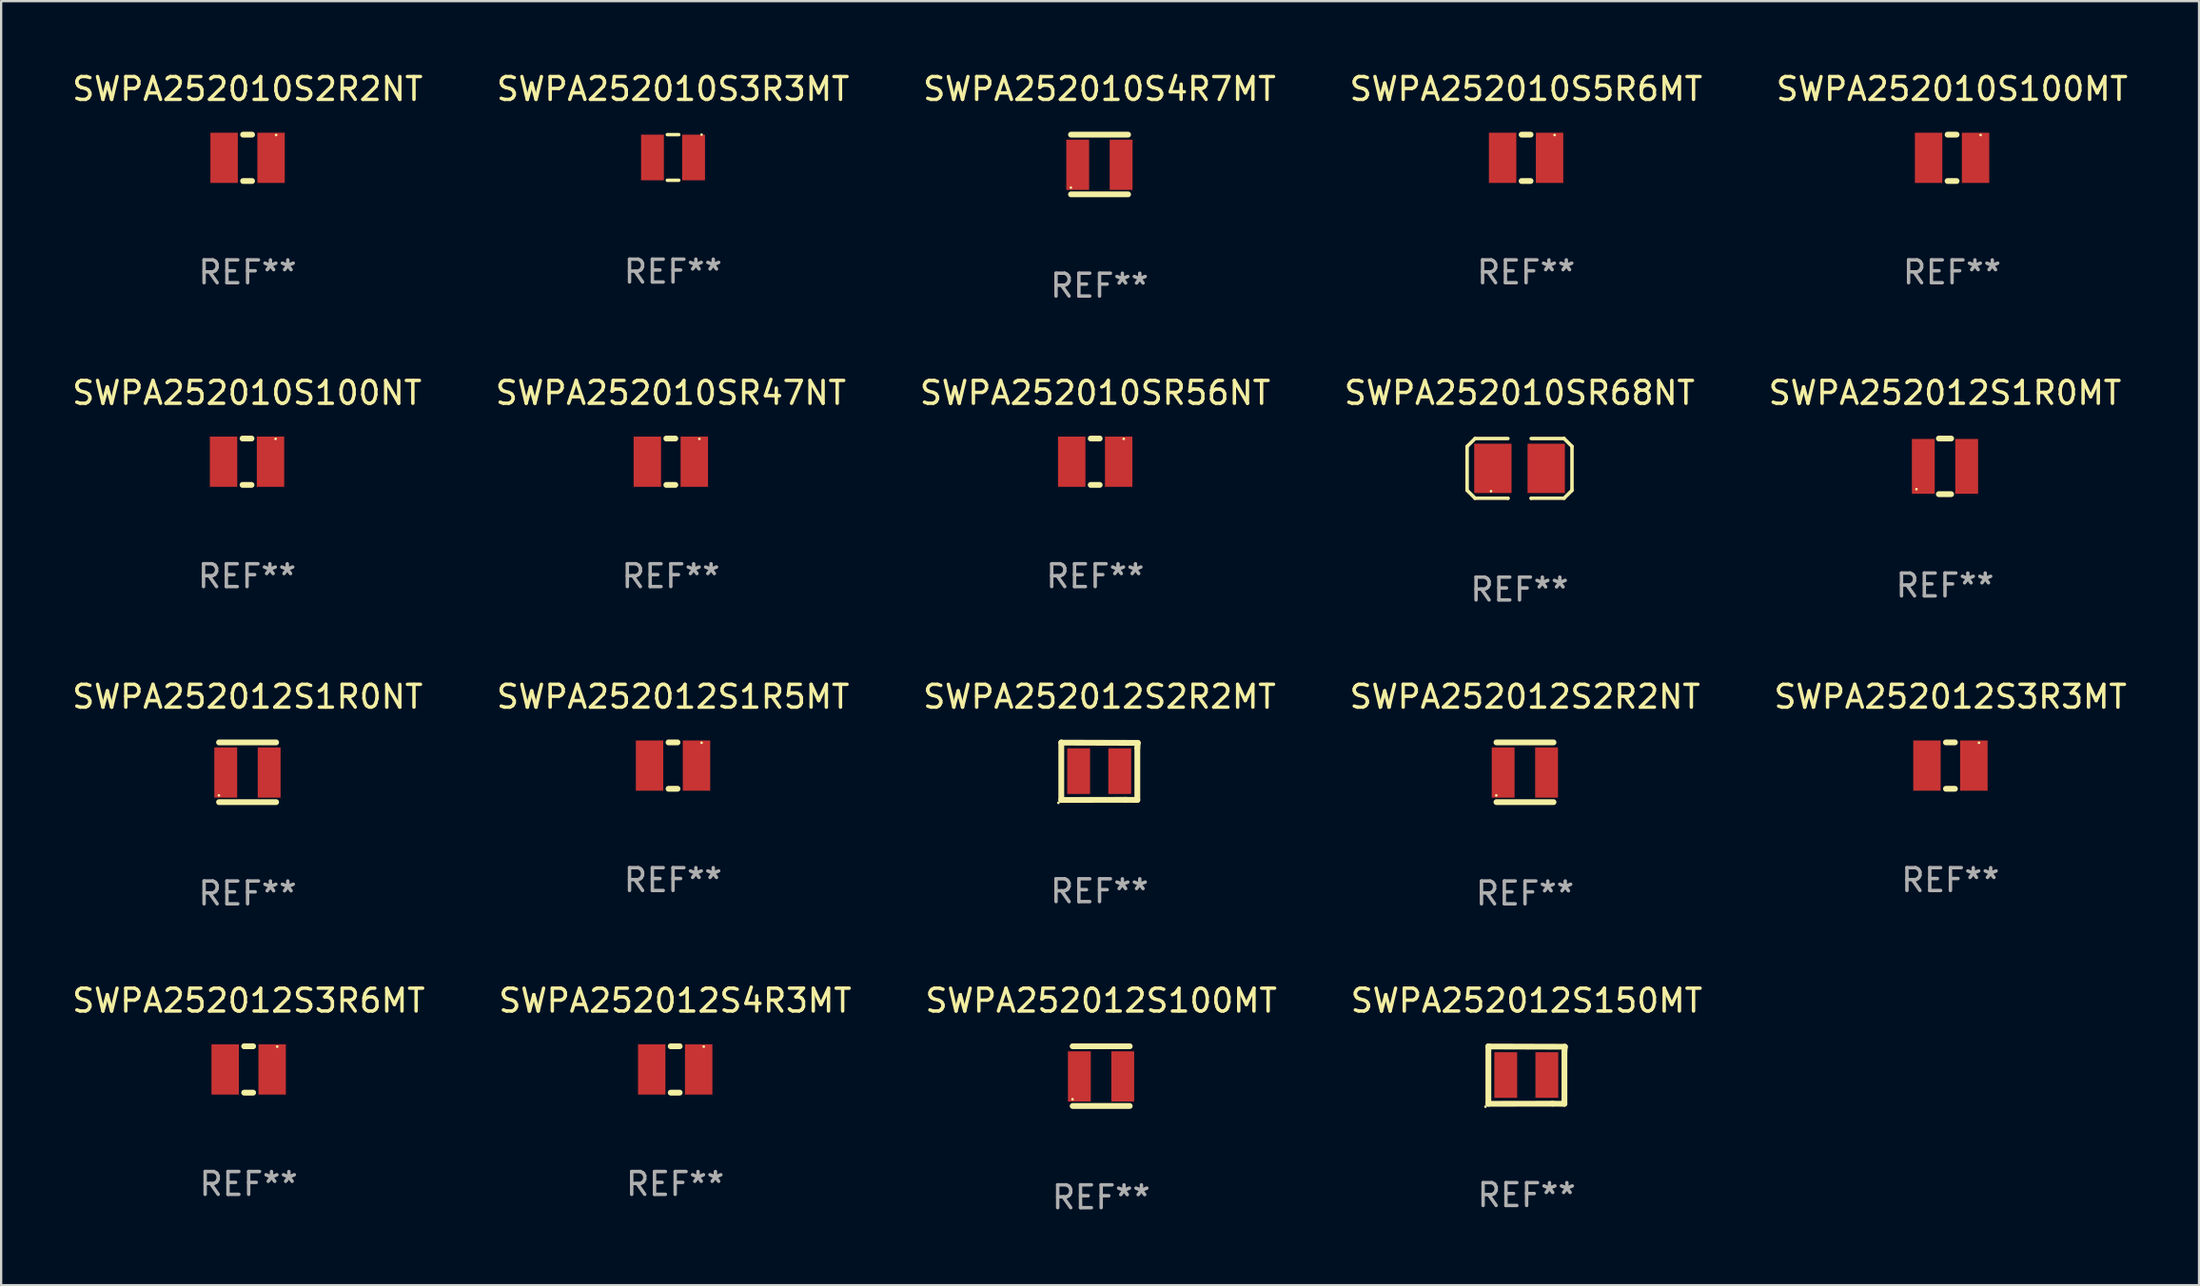
<source format=kicad_pcb>
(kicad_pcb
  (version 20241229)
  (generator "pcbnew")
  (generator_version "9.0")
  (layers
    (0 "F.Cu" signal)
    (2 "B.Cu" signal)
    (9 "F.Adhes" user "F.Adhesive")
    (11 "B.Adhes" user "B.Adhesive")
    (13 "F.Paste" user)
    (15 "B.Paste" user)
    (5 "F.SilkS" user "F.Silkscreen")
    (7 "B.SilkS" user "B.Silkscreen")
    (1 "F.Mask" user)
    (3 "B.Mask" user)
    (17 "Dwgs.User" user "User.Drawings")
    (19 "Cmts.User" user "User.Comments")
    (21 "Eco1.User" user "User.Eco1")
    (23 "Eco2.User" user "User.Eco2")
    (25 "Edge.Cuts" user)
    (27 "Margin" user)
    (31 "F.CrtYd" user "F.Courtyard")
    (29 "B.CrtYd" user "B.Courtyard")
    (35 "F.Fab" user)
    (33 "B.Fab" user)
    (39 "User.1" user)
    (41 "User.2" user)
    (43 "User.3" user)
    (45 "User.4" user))
  (footprint "SWPA252012S1R0MT"
    (layer "F.Cu")
    (at 82.125 17.38)
    (property "Reference" "SWPA252012S1R0MT" (at 0 -3.219 0) (layer "F.SilkS") (effects (font (size 1 1) (thickness 0.15))))
    (attr through_hole)
    (fp_line (start -0.27 1.219) (end 0.269 1.219) (stroke (width 0.254) (type solid)) (layer "F.SilkS"))
    (fp_line (start -0.269 -1.219) (end 0.27 -1.219) (stroke (width 0.254) (type solid)) (layer "F.SilkS"))
    (fp_circle (center -1.25 1) (end -1.22 1) (stroke (width 0.06) (type solid)) (fill no) (layer "F.SilkS"))
    (fp_text user "REF**" (at 0 5.219 0) (layer "F.Fab") (effects (font (size 1 1) (thickness 0.15))))
    (pad "1" smd rect (at -0.95 0) (size 1 2.4) (layers "F.Cu" "F.Mask" "F.Paste"))
    (pad "2" smd rect (at 0.95 0) (size 1 2.4) (layers "F.Cu" "F.Mask" "F.Paste")))
  (footprint "SWPA252012S100MT"
    (layer "F.Cu")
    (at 45.173 44.094)
    (property "Reference" "SWPA252012S100MT" (at 0 -3.308 0) (layer "F.SilkS") (effects (font (size 1 1) (thickness 0.15))))
    (attr through_hole)
    (fp_line (start -1.25 -1.308) (end 1.25 -1.308) (stroke (width 0.254) (type solid)) (layer "F.SilkS"))
    (fp_line (start -1.25 1.308) (end 1.25 1.308) (stroke (width 0.254) (type solid)) (layer "F.SilkS"))
    (fp_circle (center -1.255 1.013) (end -1.225 1.013) (stroke (width 0.06) (type solid)) (fill no) (layer "F.SilkS"))
    (fp_text user "REF**" (at 0 5.308 0) (layer "F.Fab") (effects (font (size 1 1) (thickness 0.15))))
    (pad "1" smd rect (at -0.956 0.013) (size 1 2.2) (layers "F.Cu" "F.Mask" "F.Paste"))
    (pad "2" smd rect (at 0.945 0.013) (size 1 2.2) (layers "F.Cu" "F.Mask" "F.Paste")))
  (footprint "SWPA252010S100MT"
    (layer "F.Cu")
    (at 82.435 3.864)
    (property "Reference" "SWPA252010S100MT" (at 0 -3.016 0) (layer "F.SilkS") (effects (font (size 1 1) (thickness 0.15))))
    (attr through_hole)
    (fp_line (start -0.197 1.016) (end 0.197 1.016) (stroke (width 0.254) (type solid)) (layer "F.SilkS"))
    (fp_line (start 0.197 -1.016) (end -0.197 -1.016) (stroke (width 0.254) (type solid)) (layer "F.SilkS"))
    (fp_circle (center 1.25 -1) (end 1.28 -1) (stroke (width 0.06) (type solid)) (fill no) (layer "F.SilkS"))
    (fp_text user "REF**" (at 0 5.016 0) (layer "F.Fab") (effects (font (size 1 1) (thickness 0.15))))
    (pad "1" smd rect (at 1.028 0) (size 1.2 2.2) (layers "F.Cu" "F.Mask" "F.Paste"))
    (pad "2" smd rect (at -1.028 0) (size 1.2 2.2) (layers "F.Cu" "F.Mask" "F.Paste")))
  (footprint "SWPA252012S3R6MT"
    (layer "F.Cu")
    (at 7.839 43.802)
    (property "Reference" "SWPA252012S3R6MT" (at 0 -3.016 0) (layer "F.SilkS") (effects (font (size 1 1) (thickness 0.15))))
    (attr through_hole)
    (fp_line (start -0.197 1.016) (end 0.197 1.016) (stroke (width 0.254) (type solid)) (layer "F.SilkS"))
    (fp_line (start 0.197 -1.016) (end -0.197 -1.016) (stroke (width 0.254) (type solid)) (layer "F.SilkS"))
    (fp_circle (center 1.25 -1) (end 1.28 -1) (stroke (width 0.06) (type solid)) (fill no) (layer "F.SilkS"))
    (fp_text user "REF**" (at 0 5.016 0) (layer "F.Fab") (effects (font (size 1 1) (thickness 0.15))))
    (pad "1" smd rect (at 1.028 0) (size 1.2 2.2) (layers "F.Cu" "F.Mask" "F.Paste"))
    (pad "2" smd rect (at -1.028 0) (size 1.2 2.2) (layers "F.Cu" "F.Mask" "F.Paste")))
  (footprint "SWPA252012S3R3MT"
    (layer "F.Cu")
    (at 82.363 30.49)
    (property "Reference" "SWPA252012S3R3MT" (at 0 -3.016 0) (layer "F.SilkS") (effects (font (size 1 1) (thickness 0.15))))
    (attr through_hole)
    (fp_line (start -0.197 1.016) (end 0.197 1.016) (stroke (width 0.254) (type solid)) (layer "F.SilkS"))
    (fp_line (start 0.197 -1.016) (end -0.197 -1.016) (stroke (width 0.254) (type solid)) (layer "F.SilkS"))
    (fp_circle (center 1.25 -1) (end 1.28 -1) (stroke (width 0.06) (type solid)) (fill no) (layer "F.SilkS"))
    (fp_text user "REF**" (at 0 5.016 0) (layer "F.Fab") (effects (font (size 1 1) (thickness 0.15))))
    (pad "1" smd rect (at 1.028 0) (size 1.2 2.2) (layers "F.Cu" "F.Mask" "F.Paste"))
    (pad "2" smd rect (at -1.028 0) (size 1.2 2.2) (layers "F.Cu" "F.Mask" "F.Paste")))
  (footprint "SWPA252010S3R3MT"
    (layer "F.Cu")
    (at 26.423 3.848)
    (property "Reference" "SWPA252010S3R3MT" (at 0 -3 0) (layer "F.SilkS") (effects (font (size 1 1) (thickness 0.15))))
    (attr through_hole)
    (fp_line (start -0.25 -1) (end 0.25 -1) (stroke (width 0.152) (type solid)) (layer "F.SilkS"))
    (fp_line (start -0.25 1) (end 0.25 1) (stroke (width 0.152) (type solid)) (layer "F.SilkS"))
    (fp_circle (center 1.25 -1) (end 1.28 -1) (stroke (width 0.06) (type solid)) (fill no) (layer "F.SilkS"))
    (fp_text user "REF**" (at 0 5 0) (layer "F.Fab") (effects (font (size 1 1) (thickness 0.15))))
    (pad "1" smd rect (at 0.9 0.000076) (size 1 2) (layers "F.Cu" "F.Mask" "F.Paste"))
    (pad "2" smd rect (at -0.9 0.000076) (size 1 2) (layers "F.Cu" "F.Mask" "F.Paste")))
  (footprint "SWPA252010SR56NT"
    (layer "F.Cu")
    (at 44.911 17.177)
    (property "Reference" "SWPA252010SR56NT" (at 0 -3.016 0) (layer "F.SilkS") (effects (font (size 1 1) (thickness 0.15))))
    (attr through_hole)
    (fp_line (start -0.197 1.016) (end 0.197 1.016) (stroke (width 0.254) (type solid)) (layer "F.SilkS"))
    (fp_line (start 0.197 -1.016) (end -0.197 -1.016) (stroke (width 0.254) (type solid)) (layer "F.SilkS"))
    (fp_circle (center 1.25 -1) (end 1.28 -1) (stroke (width 0.06) (type solid)) (fill no) (layer "F.SilkS"))
    (fp_text user "REF**" (at 0 5.016 0) (layer "F.Fab") (effects (font (size 1 1) (thickness 0.15))))
    (pad "1" smd rect (at 1.028 0) (size 1.2 2.2) (layers "F.Cu" "F.Mask" "F.Paste"))
    (pad "2" smd rect (at -1.028 0) (size 1.2 2.2) (layers "F.Cu" "F.Mask" "F.Paste")))
  (footprint "SWPA252010S4R7MT"
    (layer "F.Cu")
    (at 45.101 4.156)
    (property "Reference" "SWPA252010S4R7MT" (at 0 -3.308 0) (layer "F.SilkS") (effects (font (size 1 1) (thickness 0.15))))
    (attr through_hole)
    (fp_line (start -1.25 -1.308) (end 1.25 -1.308) (stroke (width 0.254) (type solid)) (layer "F.SilkS"))
    (fp_line (start -1.25 1.308) (end 1.25 1.308) (stroke (width 0.254) (type solid)) (layer "F.SilkS"))
    (fp_circle (center -1.255 1.013) (end -1.225 1.013) (stroke (width 0.06) (type solid)) (fill no) (layer "F.SilkS"))
    (fp_text user "REF**" (at 0 5.308 0) (layer "F.Fab") (effects (font (size 1 1) (thickness 0.15))))
    (pad "1" smd rect (at -0.956 0.013) (size 1 2.2) (layers "F.Cu" "F.Mask" "F.Paste"))
    (pad "2" smd rect (at 0.945 0.013) (size 1 2.2) (layers "F.Cu" "F.Mask" "F.Paste")))
  (footprint "SWPA252012S4R3MT"
    (layer "F.Cu")
    (at 26.518 43.802)
    (property "Reference" "SWPA252012S4R3MT" (at 0 -3.016 0) (layer "F.SilkS") (effects (font (size 1 1) (thickness 0.15))))
    (attr through_hole)
    (fp_line (start -0.197 1.016) (end 0.197 1.016) (stroke (width 0.254) (type solid)) (layer "F.SilkS"))
    (fp_line (start 0.197 -1.016) (end -0.197 -1.016) (stroke (width 0.254) (type solid)) (layer "F.SilkS"))
    (fp_circle (center 1.25 -1) (end 1.28 -1) (stroke (width 0.06) (type solid)) (fill no) (layer "F.SilkS"))
    (fp_text user "REF**" (at 0 5.016 0) (layer "F.Fab") (effects (font (size 1 1) (thickness 0.15))))
    (pad "1" smd rect (at 1.028 0) (size 1.2 2.2) (layers "F.Cu" "F.Mask" "F.Paste"))
    (pad "2" smd rect (at -1.028 0) (size 1.2 2.2) (layers "F.Cu" "F.Mask" "F.Paste")))
  (footprint "SWPA252010SR68NT"
    (layer "F.Cu")
    (at 63.494 17.469)
    (property "Reference" "SWPA252010SR68NT" (at 0 -3.308 0) (layer "F.SilkS") (effects (font (size 1 1) (thickness 0.15))))
    (attr through_hole)
    (fp_line (start -2.296 -0.96) (end -1.948 -1.308) (stroke (width 0.152) (type solid)) (layer "F.SilkS"))
    (fp_line (start -2.296 0.96) (end -2.296 -0.96) (stroke (width 0.152) (type solid)) (layer "F.SilkS"))
    (fp_line (start -1.948 -1.308) (end -0.508 -1.308) (stroke (width 0.152) (type solid)) (layer "F.SilkS"))
    (fp_line (start -1.948 1.308) (end -2.296 0.96) (stroke (width 0.152) (type solid)) (layer "F.SilkS"))
    (fp_line (start -0.508 1.308) (end -1.948 1.308) (stroke (width 0.152) (type solid)) (layer "F.SilkS"))
    (fp_line (start -0.508 1.308) (end -0.508 1.308) (stroke (width 0.152) (type solid)) (layer "F.SilkS"))
    (fp_line (start 0.508 1.308) (end 0.508 1.308) (stroke (width 0.152) (type solid)) (layer "F.SilkS"))
    (fp_line (start 0.508 1.308) (end 1.948 1.308) (stroke (width 0.152) (type solid)) (layer "F.SilkS"))
    (fp_line (start 1.948 -1.308) (end 0.508 -1.308) (stroke (width 0.152) (type solid)) (layer "F.SilkS"))
    (fp_line (start 1.948 1.308) (end 2.296 0.963) (stroke (width 0.152) (type solid)) (layer "F.SilkS"))
    (fp_line (start 2.296 -0.963) (end 1.948 -1.308) (stroke (width 0.152) (type solid)) (layer "F.SilkS"))
    (fp_line (start 2.296 0.963) (end 2.296 -0.963) (stroke (width 0.152) (type solid)) (layer "F.SilkS"))
    (fp_circle (center -1.25 1) (end -1.22 1) (stroke (width 0.06) (type solid)) (fill no) (layer "F.SilkS"))
    (fp_text user "REF**" (at 0 5.308 0) (layer "F.Fab") (effects (font (size 1 1) (thickness 0.15))))
    (pad "1" smd rect (at -1.168 0.000025) (size 1.635 2.16) (layers "F.Cu" "F.Mask" "F.Paste"))
    (pad "2" smd rect (at 1.168 0.000025) (size 1.635 2.16) (layers "F.Cu" "F.Mask" "F.Paste")))
  (footprint "SWPA252012S2R2NT"
    (layer "F.Cu")
    (at 63.732 30.782)
    (property "Reference" "SWPA252012S2R2NT" (at 0 -3.308 0) (layer "F.SilkS") (effects (font (size 1 1) (thickness 0.15))))
    (attr through_hole)
    (fp_line (start -1.25 -1.308) (end 1.25 -1.308) (stroke (width 0.254) (type solid)) (layer "F.SilkS"))
    (fp_line (start -1.25 1.308) (end 1.25 1.308) (stroke (width 0.254) (type solid)) (layer "F.SilkS"))
    (fp_circle (center -1.255 1.013) (end -1.225 1.013) (stroke (width 0.06) (type solid)) (fill no) (layer "F.SilkS"))
    (fp_text user "REF**" (at 0 5.308 0) (layer "F.Fab") (effects (font (size 1 1) (thickness 0.15))))
    (pad "1" smd rect (at -0.956 0.013) (size 1 2.2) (layers "F.Cu" "F.Mask" "F.Paste"))
    (pad "2" smd rect (at 0.945 0.013) (size 1 2.2) (layers "F.Cu" "F.Mask" "F.Paste")))
  (footprint "SWPA252012S2R2MT"
    (layer "F.Cu")
    (at 45.101 30.734)
    (property "Reference" "SWPA252012S2R2MT" (at 0 -3.26 0) (layer "F.SilkS") (effects (font (size 1 1) (thickness 0.15))))
    (attr through_hole)
    (fp_line (start -1.675 -1.25) (end 1.675 -1.24) (stroke (width 0.254) (type solid)) (layer "F.SilkS"))
    (fp_line (start -1.675 1.26) (end -1.675 -1.26) (stroke (width 0.254) (type solid)) (layer "F.SilkS"))
    (fp_line (start 1.13 1.255) (end -1.675 1.26) (stroke (width 0.254) (type solid)) (layer "F.SilkS"))
    (fp_line (start 1.655 -1.02) (end 1.655 1.26) (stroke (width 0.254) (type solid)) (layer "F.SilkS"))
    (fp_line (start 1.655 1.26) (end 1.13 1.255) (stroke (width 0.254) (type solid)) (layer "F.SilkS"))
    (fp_line (start 1.675 -1.24) (end 1.655 -1.02) (stroke (width 0.254) (type solid)) (layer "F.SilkS"))
    (fp_circle (center -1.802 1.387) (end -1.772 1.387) (stroke (width 0.06) (type solid)) (fill no) (layer "F.SilkS"))
    (fp_text user "REF**" (at 0 5.26 0) (layer "F.Fab") (effects (font (size 1 1) (thickness 0.15))))
    (pad "1" smd rect (at -0.915 0 270) (size 2 1) (layers "F.Cu" "F.Mask" "F.Paste"))
    (pad "2" smd rect (at 0.885 0 270) (size 2 1) (layers "F.Cu" "F.Mask" "F.Paste")))
  (footprint "SWPA252010S2R2NT"
    (layer "F.Cu")
    (at 7.792 3.864)
    (property "Reference" "SWPA252010S2R2NT" (at 0 -3.016 0) (layer "F.SilkS") (effects (font (size 1 1) (thickness 0.15))))
    (attr through_hole)
    (fp_line (start -0.197 1.016) (end 0.197 1.016) (stroke (width 0.254) (type solid)) (layer "F.SilkS"))
    (fp_line (start 0.197 -1.016) (end -0.197 -1.016) (stroke (width 0.254) (type solid)) (layer "F.SilkS"))
    (fp_circle (center 1.25 -1) (end 1.28 -1) (stroke (width 0.06) (type solid)) (fill no) (layer "F.SilkS"))
    (fp_text user "REF**" (at 0 5.016 0) (layer "F.Fab") (effects (font (size 1 1) (thickness 0.15))))
    (pad "1" smd rect (at 1.028 0) (size 1.2 2.2) (layers "F.Cu" "F.Mask" "F.Paste"))
    (pad "2" smd rect (at -1.028 0) (size 1.2 2.2) (layers "F.Cu" "F.Mask" "F.Paste")))
  (footprint "SWPA252012S1R5MT"
    (layer "F.Cu")
    (at 26.423 30.49)
    (property "Reference" "SWPA252012S1R5MT" (at 0 -3.016 0) (layer "F.SilkS") (effects (font (size 1 1) (thickness 0.15))))
    (attr through_hole)
    (fp_line (start -0.197 1.016) (end 0.197 1.016) (stroke (width 0.254) (type solid)) (layer "F.SilkS"))
    (fp_line (start 0.197 -1.016) (end -0.197 -1.016) (stroke (width 0.254) (type solid)) (layer "F.SilkS"))
    (fp_circle (center 1.25 -1) (end 1.28 -1) (stroke (width 0.06) (type solid)) (fill no) (layer "F.SilkS"))
    (fp_text user "REF**" (at 0 5.016 0) (layer "F.Fab") (effects (font (size 1 1) (thickness 0.15))))
    (pad "1" smd rect (at 1.028 0) (size 1.2 2.2) (layers "F.Cu" "F.Mask" "F.Paste"))
    (pad "2" smd rect (at -1.028 0) (size 1.2 2.2) (layers "F.Cu" "F.Mask" "F.Paste")))
  (footprint "SWPA252010S5R6MT"
    (layer "F.Cu")
    (at 63.78 3.864)
    (property "Reference" "SWPA252010S5R6MT" (at 0 -3.016 0) (layer "F.SilkS") (effects (font (size 1 1) (thickness 0.15))))
    (attr through_hole)
    (fp_line (start -0.197 1.016) (end 0.197 1.016) (stroke (width 0.254) (type solid)) (layer "F.SilkS"))
    (fp_line (start 0.197 -1.016) (end -0.197 -1.016) (stroke (width 0.254) (type solid)) (layer "F.SilkS"))
    (fp_circle (center 1.25 -1) (end 1.28 -1) (stroke (width 0.06) (type solid)) (fill no) (layer "F.SilkS"))
    (fp_text user "REF**" (at 0 5.016 0) (layer "F.Fab") (effects (font (size 1 1) (thickness 0.15))))
    (pad "1" smd rect (at 1.028 0) (size 1.2 2.2) (layers "F.Cu" "F.Mask" "F.Paste"))
    (pad "2" smd rect (at -1.028 0) (size 1.2 2.2) (layers "F.Cu" "F.Mask" "F.Paste")))
  (footprint "SWPA252010SR47NT"
    (layer "F.Cu")
    (at 26.327 17.177)
    (property "Reference" "SWPA252010SR47NT" (at 0 -3.016 0) (layer "F.SilkS") (effects (font (size 1 1) (thickness 0.15))))
    (attr through_hole)
    (fp_line (start -0.197 1.016) (end 0.197 1.016) (stroke (width 0.254) (type solid)) (layer "F.SilkS"))
    (fp_line (start 0.197 -1.016) (end -0.197 -1.016) (stroke (width 0.254) (type solid)) (layer "F.SilkS"))
    (fp_circle (center 1.25 -1) (end 1.28 -1) (stroke (width 0.06) (type solid)) (fill no) (layer "F.SilkS"))
    (fp_text user "REF**" (at 0 5.016 0) (layer "F.Fab") (effects (font (size 1 1) (thickness 0.15))))
    (pad "1" smd rect (at 1.028 0) (size 1.2 2.2) (layers "F.Cu" "F.Mask" "F.Paste"))
    (pad "2" smd rect (at -1.028 0) (size 1.2 2.2) (layers "F.Cu" "F.Mask" "F.Paste")))
  (footprint "SWPA252010S100NT"
    (layer "F.Cu")
    (at 7.768 17.177)
    (property "Reference" "SWPA252010S100NT" (at 0 -3.016 0) (layer "F.SilkS") (effects (font (size 1 1) (thickness 0.15))))
    (attr through_hole)
    (fp_line (start -0.197 1.016) (end 0.197 1.016) (stroke (width 0.254) (type solid)) (layer "F.SilkS"))
    (fp_line (start 0.197 -1.016) (end -0.197 -1.016) (stroke (width 0.254) (type solid)) (layer "F.SilkS"))
    (fp_circle (center 1.25 -1) (end 1.28 -1) (stroke (width 0.06) (type solid)) (fill no) (layer "F.SilkS"))
    (fp_text user "REF**" (at 0 5.016 0) (layer "F.Fab") (effects (font (size 1 1) (thickness 0.15))))
    (pad "1" smd rect (at 1.028 0) (size 1.2 2.2) (layers "F.Cu" "F.Mask" "F.Paste"))
    (pad "2" smd rect (at -1.028 0) (size 1.2 2.2) (layers "F.Cu" "F.Mask" "F.Paste")))
  (footprint "SWPA252012S1R0NT"
    (layer "F.Cu")
    (at 7.792 30.782)
    (property "Reference" "SWPA252012S1R0NT" (at 0 -3.308 0) (layer "F.SilkS") (effects (font (size 1 1) (thickness 0.15))))
    (attr through_hole)
    (fp_line (start -1.25 -1.308) (end 1.25 -1.308) (stroke (width 0.254) (type solid)) (layer "F.SilkS"))
    (fp_line (start -1.25 1.308) (end 1.25 1.308) (stroke (width 0.254) (type solid)) (layer "F.SilkS"))
    (fp_circle (center -1.255 1.013) (end -1.225 1.013) (stroke (width 0.06) (type solid)) (fill no) (layer "F.SilkS"))
    (fp_text user "REF**" (at 0 5.308 0) (layer "F.Fab") (effects (font (size 1 1) (thickness 0.15))))
    (pad "1" smd rect (at -0.956 0.013) (size 1 2.2) (layers "F.Cu" "F.Mask" "F.Paste"))
    (pad "2" smd rect (at 0.945 0.013) (size 1 2.2) (layers "F.Cu" "F.Mask" "F.Paste")))
  (footprint "SWPA252012S150MT"
    (layer "F.Cu")
    (at 63.804 44.046)
    (property "Reference" "SWPA252012S150MT" (at 0 -3.26 0) (layer "F.SilkS") (effects (font (size 1 1) (thickness 0.15))))
    (attr through_hole)
    (fp_line (start -1.675 -1.25) (end 1.675 -1.24) (stroke (width 0.254) (type solid)) (layer "F.SilkS"))
    (fp_line (start -1.675 1.26) (end -1.675 -1.26) (stroke (width 0.254) (type solid)) (layer "F.SilkS"))
    (fp_line (start 1.13 1.255) (end -1.675 1.26) (stroke (width 0.254) (type solid)) (layer "F.SilkS"))
    (fp_line (start 1.655 -1.02) (end 1.655 1.26) (stroke (width 0.254) (type solid)) (layer "F.SilkS"))
    (fp_line (start 1.655 1.26) (end 1.13 1.255) (stroke (width 0.254) (type solid)) (layer "F.SilkS"))
    (fp_line (start 1.675 -1.24) (end 1.655 -1.02) (stroke (width 0.254) (type solid)) (layer "F.SilkS"))
    (fp_circle (center -1.802 1.387) (end -1.772 1.387) (stroke (width 0.06) (type solid)) (fill no) (layer "F.SilkS"))
    (fp_text user "REF**" (at 0 5.26 0) (layer "F.Fab") (effects (font (size 1 1) (thickness 0.15))))
    (pad "1" smd rect (at -0.915 0 270) (size 2 1) (layers "F.Cu" "F.Mask" "F.Paste"))
    (pad "2" smd rect (at 0.885 0 270) (size 2 1) (layers "F.Cu" "F.Mask" "F.Paste")))
  (gr_rect
    (start -3 -3)
    (end 93.25 53.251)
    (stroke (width 0.1) (type default))
    (fill no)
    (layer "Edge.Cuts")))
</source>
